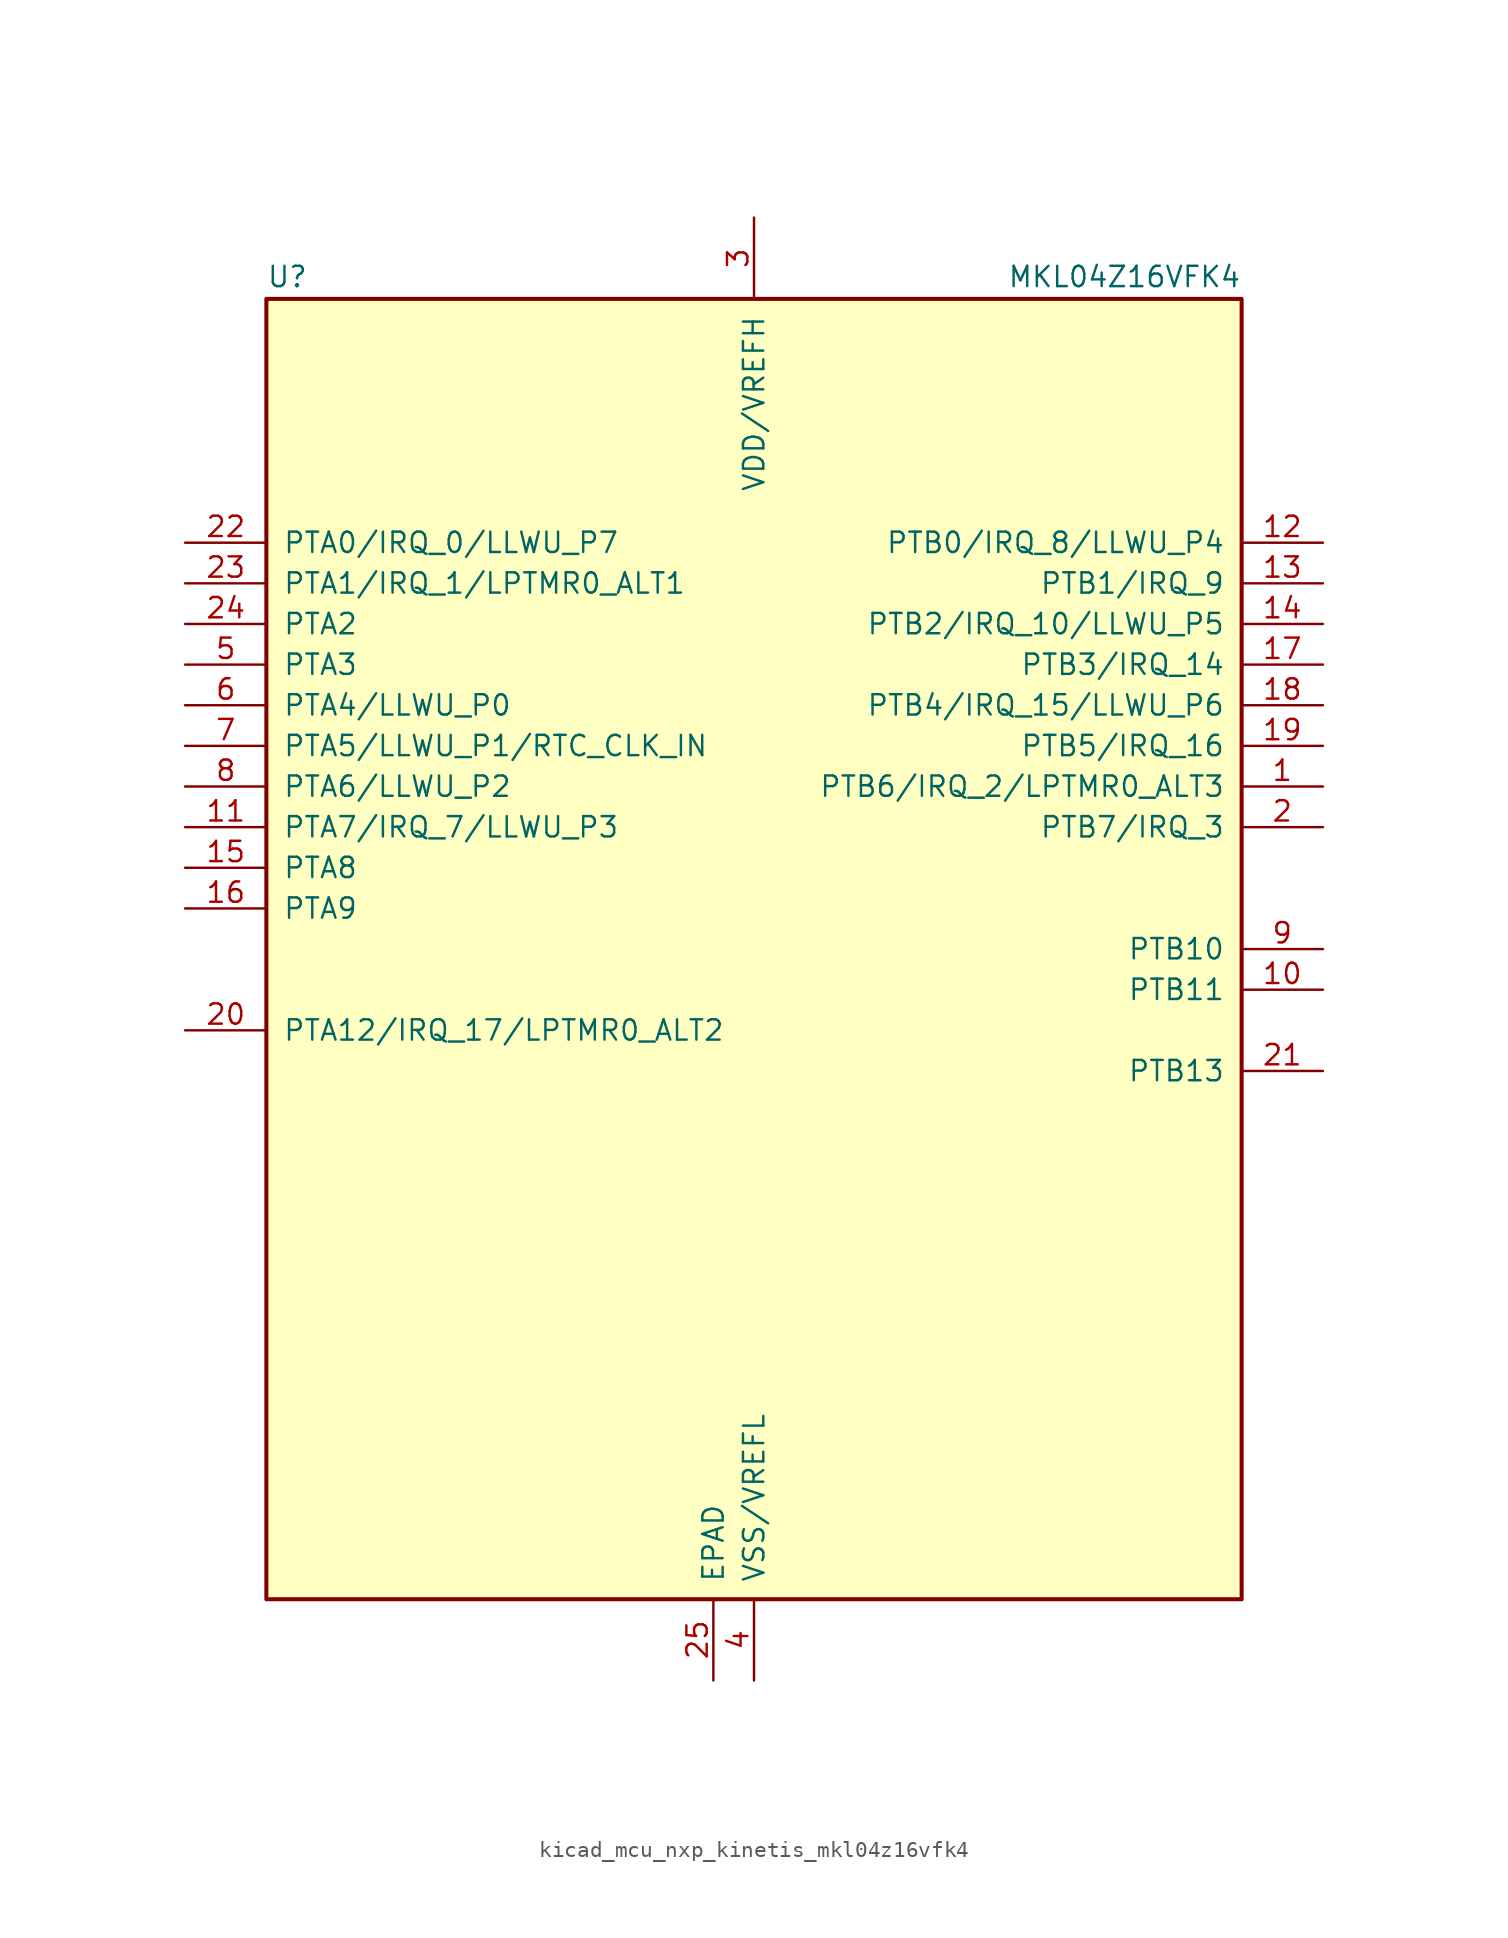
<source format=kicad_sym>
(kicad_symbol_lib
  (version 20220914)
  (generator kicad_symbol_editor)
  (symbol "kicad_mcu_nxp_kinetis_mkl04z16vfk4"
    (pin_names
      (offset 1.016))
    (property "Reference" "U"
      (at -30.48 41.275 0)
      (effects (font (size 1.27 1.27)) (justify left bottom)))
    (property "Value" "MKL04Z16VFK4"
      (at 30.48 41.275 0)
      (effects (font (size 1.27 1.27)) (justify right bottom)))
    (symbol "kicad_mcu_nxp_kinetis_mkl04z16vfk4_0_1"
      (rectangle (start -30.48 40.64) (end 30.48 -40.64) (stroke (width 0.254) (type default)) (fill (type background))))
    (symbol "kicad_mcu_nxp_kinetis_mkl04z16vfk4_1_1"
      (pin bidirectional line (at 35.56 10.16 180) (length 5.08) (name "PTB6/IRQ_2/LPTMR0_ALT3" (effects (font (size 1.27 1.27)))) (number "1" (effects (font (size 1.27 1.27)))))
      (pin bidirectional line (at 35.56 -2.54 180) (length 5.08) (name "PTB11" (effects (font (size 1.27 1.27)))) (number "10" (effects (font (size 1.27 1.27)))))
      (pin bidirectional line (at -35.56 7.62 0) (length 5.08) (name "PTA7/IRQ_7/LLWU_P3" (effects (font (size 1.27 1.27)))) (number "11" (effects (font (size 1.27 1.27)))))
      (pin bidirectional line (at 35.56 25.4 180) (length 5.08) (name "PTB0/IRQ_8/LLWU_P4" (effects (font (size 1.27 1.27)))) (number "12" (effects (font (size 1.27 1.27)))))
      (pin bidirectional line (at 35.56 22.86 180) (length 5.08) (name "PTB1/IRQ_9" (effects (font (size 1.27 1.27)))) (number "13" (effects (font (size 1.27 1.27)))))
      (pin bidirectional line (at 35.56 20.32 180) (length 5.08) (name "PTB2/IRQ_10/LLWU_P5" (effects (font (size 1.27 1.27)))) (number "14" (effects (font (size 1.27 1.27)))))
      (pin bidirectional line (at -35.56 5.08 0) (length 5.08) (name "PTA8" (effects (font (size 1.27 1.27)))) (number "15" (effects (font (size 1.27 1.27)))))
      (pin bidirectional line (at -35.56 2.54 0) (length 5.08) (name "PTA9" (effects (font (size 1.27 1.27)))) (number "16" (effects (font (size 1.27 1.27)))))
      (pin bidirectional line (at 35.56 17.78 180) (length 5.08) (name "PTB3/IRQ_14" (effects (font (size 1.27 1.27)))) (number "17" (effects (font (size 1.27 1.27)))))
      (pin bidirectional line (at 35.56 15.24 180) (length 5.08) (name "PTB4/IRQ_15/LLWU_P6" (effects (font (size 1.27 1.27)))) (number "18" (effects (font (size 1.27 1.27)))))
      (pin bidirectional line (at 35.56 12.7 180) (length 5.08) (name "PTB5/IRQ_16" (effects (font (size 1.27 1.27)))) (number "19" (effects (font (size 1.27 1.27)))))
      (pin bidirectional line (at 35.56 7.62 180) (length 5.08) (name "PTB7/IRQ_3" (effects (font (size 1.27 1.27)))) (number "2" (effects (font (size 1.27 1.27)))))
      (pin bidirectional line (at -35.56 -5.08 0) (length 5.08) (name "PTA12/IRQ_17/LPTMR0_ALT2" (effects (font (size 1.27 1.27)))) (number "20" (effects (font (size 1.27 1.27)))))
      (pin bidirectional line (at 35.56 -7.62 180) (length 5.08) (name "PTB13" (effects (font (size 1.27 1.27)))) (number "21" (effects (font (size 1.27 1.27)))))
      (pin bidirectional line (at -35.56 25.4 0) (length 5.08) (name "PTA0/IRQ_0/LLWU_P7" (effects (font (size 1.27 1.27)))) (number "22" (effects (font (size 1.27 1.27)))))
      (pin bidirectional line (at -35.56 22.86 0) (length 5.08) (name "PTA1/IRQ_1/LPTMR0_ALT1" (effects (font (size 1.27 1.27)))) (number "23" (effects (font (size 1.27 1.27)))))
      (pin bidirectional line (at -35.56 20.32 0) (length 5.08) (name "PTA2" (effects (font (size 1.27 1.27)))) (number "24" (effects (font (size 1.27 1.27)))))
      (pin power_in line (at -2.54 -45.72 90) (length 5.08) (name "EPAD" (effects (font (size 1.27 1.27)))) (number "25" (effects (font (size 1.27 1.27)))))
      (pin power_in line (at 0 45.72 270) (length 5.08) (name "VDD/VREFH" (effects (font (size 1.27 1.27)))) (number "3" (effects (font (size 1.27 1.27)))))
      (pin power_in line (at 0 -45.72 90) (length 5.08) (name "VSS/VREFL" (effects (font (size 1.27 1.27)))) (number "4" (effects (font (size 1.27 1.27)))))
      (pin bidirectional line (at -35.56 17.78 0) (length 5.08) (name "PTA3" (effects (font (size 1.27 1.27)))) (number "5" (effects (font (size 1.27 1.27)))))
      (pin bidirectional line (at -35.56 15.24 0) (length 5.08) (name "PTA4/LLWU_P0" (effects (font (size 1.27 1.27)))) (number "6" (effects (font (size 1.27 1.27)))))
      (pin bidirectional line (at -35.56 12.7 0) (length 5.08) (name "PTA5/LLWU_P1/RTC_CLK_IN" (effects (font (size 1.27 1.27)))) (number "7" (effects (font (size 1.27 1.27)))))
      (pin bidirectional line (at -35.56 10.16 0) (length 5.08) (name "PTA6/LLWU_P2" (effects (font (size 1.27 1.27)))) (number "8" (effects (font (size 1.27 1.27)))))
      (pin bidirectional line (at 35.56 0 180) (length 5.08) (name "PTB10" (effects (font (size 1.27 1.27)))) (number "9" (effects (font (size 1.27 1.27))))))))
</source>
